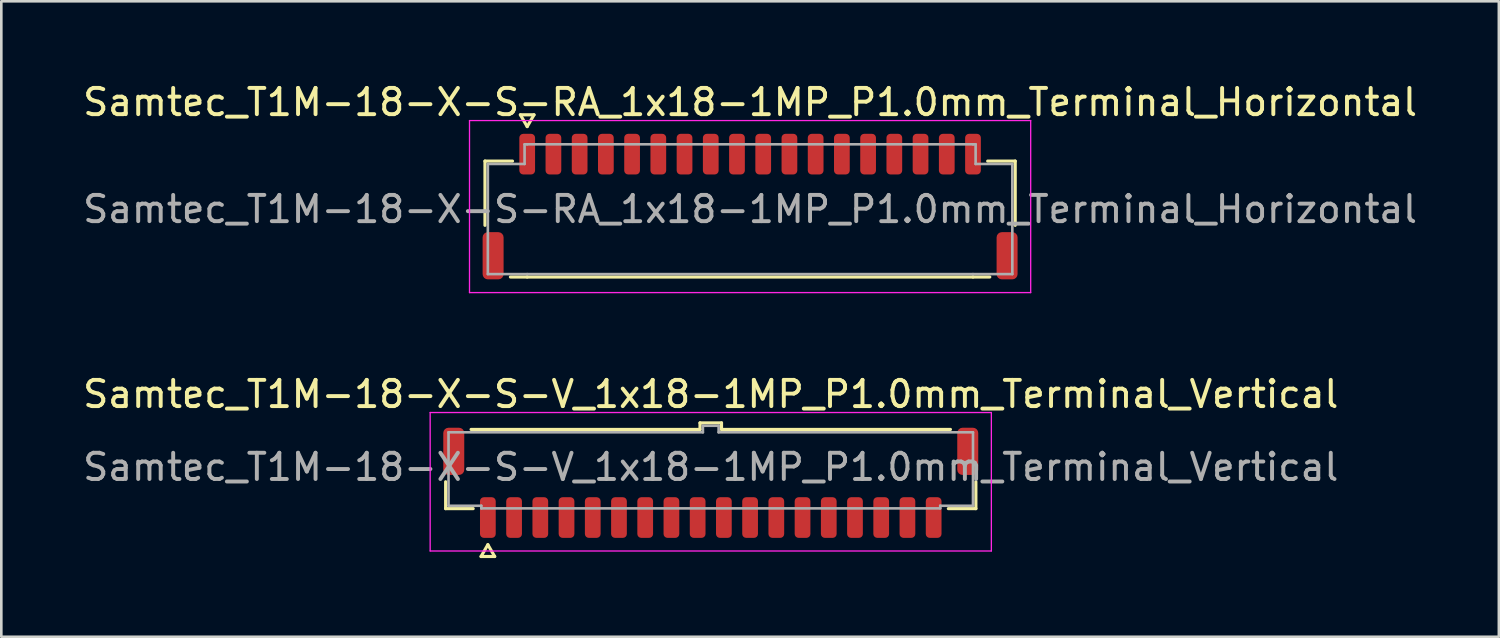
<source format=kicad_pcb>
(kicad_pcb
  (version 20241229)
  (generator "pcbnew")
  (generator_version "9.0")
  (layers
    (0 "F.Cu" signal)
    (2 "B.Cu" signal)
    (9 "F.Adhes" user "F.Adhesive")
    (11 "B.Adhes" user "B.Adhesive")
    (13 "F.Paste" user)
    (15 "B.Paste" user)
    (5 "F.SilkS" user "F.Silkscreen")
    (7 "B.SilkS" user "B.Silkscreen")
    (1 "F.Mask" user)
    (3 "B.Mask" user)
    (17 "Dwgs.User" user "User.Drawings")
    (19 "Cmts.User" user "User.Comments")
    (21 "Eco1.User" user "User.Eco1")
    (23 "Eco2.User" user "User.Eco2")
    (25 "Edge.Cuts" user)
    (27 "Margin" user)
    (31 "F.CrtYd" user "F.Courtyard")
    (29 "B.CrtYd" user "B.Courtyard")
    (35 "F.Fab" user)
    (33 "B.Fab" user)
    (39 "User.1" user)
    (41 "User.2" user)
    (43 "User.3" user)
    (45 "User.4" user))
  (footprint "Samtec_T1M-18-X-S-RA_1x18-1MP_P1.0mm_Terminal_Horizontal"
    (layer "F.Cu")
    (at 25.554 4.928)
    (property "Reference" "Samtec_T1M-18-X-S-RA_1x18-1MP_P1.0mm_Terminal_Horizontal" (at 0 -4.08 0) (layer "F.SilkS") (effects (font (size 1 1) (thickness 0.15))))
    (attr smd)
    (fp_line (start -10.11 -1.835) (end -9.06 -1.835) (stroke (width 0.12) (type solid)) (layer "F.SilkS"))
    (fp_line (start -10.11 0.615) (end -10.11 -1.835) (stroke (width 0.12) (type solid)) (layer "F.SilkS"))
    (fp_line (start -8.76 -3.6) (end -8.5 -3.15) (stroke (width 0.12) (type solid)) (layer "F.SilkS"))
    (fp_line (start -8.5 -3.15) (end -8.24 -3.6) (stroke (width 0.12) (type solid)) (layer "F.SilkS"))
    (fp_line (start -8.5 2.585) (end -9.14 2.585) (stroke (width 0.12) (type solid)) (layer "F.SilkS"))
    (fp_line (start -8.24 -3.6) (end -8.76 -3.6) (stroke (width 0.12) (type solid)) (layer "F.SilkS"))
    (fp_line (start 8.5 2.585) (end -8.5 2.585) (stroke (width 0.12) (type solid)) (layer "F.SilkS"))
    (fp_line (start 9.06 -1.835) (end 10.11 -1.835) (stroke (width 0.12) (type solid)) (layer "F.SilkS"))
    (fp_line (start 9.14 2.585) (end 8.5 2.585) (stroke (width 0.12) (type solid)) (layer "F.SilkS"))
    (fp_line (start 10.11 -1.835) (end 10.11 0.615) (stroke (width 0.12) (type solid)) (layer "F.SilkS"))
    (fp_line (start -10.7 -3.38) (end -10.7 3.18) (stroke (width 0.05) (type solid)) (layer "F.CrtYd"))
    (fp_line (start -10.7 3.18) (end 10.7 3.18) (stroke (width 0.05) (type solid)) (layer "F.CrtYd"))
    (fp_line (start 10.7 -3.38) (end -10.7 -3.38) (stroke (width 0.05) (type solid)) (layer "F.CrtYd"))
    (fp_line (start 10.7 3.18) (end 10.7 -3.38) (stroke (width 0.05) (type solid)) (layer "F.CrtYd"))
    (fp_line (start -10 -1.725) (end -8.6 -1.725) (stroke (width 0.1) (type solid)) (layer "F.Fab"))
    (fp_line (start -10 2.475) (end -10 -1.725) (stroke (width 0.1) (type solid)) (layer "F.Fab"))
    (fp_line (start -8.6 -2.475) (end -8.5 -2.475) (stroke (width 0.1) (type solid)) (layer "F.Fab"))
    (fp_line (start -8.6 -1.725) (end -8.6 -2.475) (stroke (width 0.1) (type solid)) (layer "F.Fab"))
    (fp_line (start -8.5 -2.475) (end 8.5 -2.475) (stroke (width 0.1) (type solid)) (layer "F.Fab"))
    (fp_line (start -8.5 2.475) (end -10 2.475) (stroke (width 0.1) (type solid)) (layer "F.Fab"))
    (fp_line (start 8.5 -2.475) (end 8.6 -2.475) (stroke (width 0.1) (type solid)) (layer "F.Fab"))
    (fp_line (start 8.5 2.475) (end -8.5 2.475) (stroke (width 0.1) (type solid)) (layer "F.Fab"))
    (fp_line (start 8.6 -2.475) (end 8.6 -1.725) (stroke (width 0.1) (type solid)) (layer "F.Fab"))
    (fp_line (start 8.6 -1.725) (end 10 -1.725) (stroke (width 0.1) (type solid)) (layer "F.Fab"))
    (fp_line (start 10 -1.725) (end 10 2.475) (stroke (width 0.1) (type solid)) (layer "F.Fab"))
    (fp_line (start 10 2.475) (end 8.5 2.475) (stroke (width 0.1) (type solid)) (layer "F.Fab"))
    (fp_text user "${REFERENCE}" (at 0 0 0) (layer "F.Fab") (effects (font (size 1 1) (thickness 0.15))))
    (pad "1" smd roundrect (at -8.5 -2.1) (size 0.6 1.55) (layers "F.Cu" "F.Mask" "F.Paste") (roundrect_rratio 0.25))
    (pad "2" smd roundrect (at -7.5 -2.1) (size 0.6 1.55) (layers "F.Cu" "F.Mask" "F.Paste") (roundrect_rratio 0.25))
    (pad "3" smd roundrect (at -6.5 -2.1) (size 0.6 1.55) (layers "F.Cu" "F.Mask" "F.Paste") (roundrect_rratio 0.25))
    (pad "4" smd roundrect (at -5.5 -2.1) (size 0.6 1.55) (layers "F.Cu" "F.Mask" "F.Paste") (roundrect_rratio 0.25))
    (pad "5" smd roundrect (at -4.5 -2.1) (size 0.6 1.55) (layers "F.Cu" "F.Mask" "F.Paste") (roundrect_rratio 0.25))
    (pad "6" smd roundrect (at -3.5 -2.1) (size 0.6 1.55) (layers "F.Cu" "F.Mask" "F.Paste") (roundrect_rratio 0.25))
    (pad "7" smd roundrect (at -2.5 -2.1) (size 0.6 1.55) (layers "F.Cu" "F.Mask" "F.Paste") (roundrect_rratio 0.25))
    (pad "8" smd roundrect (at -1.5 -2.1) (size 0.6 1.55) (layers "F.Cu" "F.Mask" "F.Paste") (roundrect_rratio 0.25))
    (pad "9" smd roundrect (at -0.5 -2.1) (size 0.6 1.55) (layers "F.Cu" "F.Mask" "F.Paste") (roundrect_rratio 0.25))
    (pad "10" smd roundrect (at 0.5 -2.1) (size 0.6 1.55) (layers "F.Cu" "F.Mask" "F.Paste") (roundrect_rratio 0.25))
    (pad "11" smd roundrect (at 1.5 -2.1) (size 0.6 1.55) (layers "F.Cu" "F.Mask" "F.Paste") (roundrect_rratio 0.25))
    (pad "12" smd roundrect (at 2.5 -2.1) (size 0.6 1.55) (layers "F.Cu" "F.Mask" "F.Paste") (roundrect_rratio 0.25))
    (pad "13" smd roundrect (at 3.5 -2.1) (size 0.6 1.55) (layers "F.Cu" "F.Mask" "F.Paste") (roundrect_rratio 0.25))
    (pad "14" smd roundrect (at 4.5 -2.1) (size 0.6 1.55) (layers "F.Cu" "F.Mask" "F.Paste") (roundrect_rratio 0.25))
    (pad "15" smd roundrect (at 5.5 -2.1) (size 0.6 1.55) (layers "F.Cu" "F.Mask" "F.Paste") (roundrect_rratio 0.25))
    (pad "16" smd roundrect (at 6.5 -2.1) (size 0.6 1.55) (layers "F.Cu" "F.Mask" "F.Paste") (roundrect_rratio 0.25))
    (pad "17" smd roundrect (at 7.5 -2.1) (size 0.6 1.55) (layers "F.Cu" "F.Mask" "F.Paste") (roundrect_rratio 0.25))
    (pad "18" smd roundrect (at 8.5 -2.1) (size 0.6 1.55) (layers "F.Cu" "F.Mask" "F.Paste") (roundrect_rratio 0.25))
    (pad "MP" smd roundrect (at -9.8 1.775) (size 0.8 1.8) (layers "F.Cu" "F.Mask" "F.Paste") (roundrect_rratio 0.25))
    (pad "MP" smd roundrect (at 9.8 1.775) (size 0.8 1.8) (layers "F.Cu" "F.Mask" "F.Paste") (roundrect_rratio 0.25)))
  (footprint "Samtec_T1M-18-X-S-V_1x18-1MP_P1.0mm_Terminal_Vertical"
    (layer "F.Cu")
    (at 24.054 14.761)
    (property "Reference" "Samtec_T1M-18-X-S-V_1x18-1MP_P1.0mm_Terminal_Vertical" (at 0 -2.78 0) (layer "F.SilkS") (effects (font (size 1 1) (thickness 0.15))))
    (attr smd)
    (fp_line (start -10.11 1.585) (end -10.11 0.56) (stroke (width 0.12) (type solid)) (layer "F.SilkS"))
    (fp_line (start -9.14 -1.435) (end -0.41 -1.435) (stroke (width 0.12) (type solid)) (layer "F.SilkS"))
    (fp_line (start -9.06 1.585) (end -10.11 1.585) (stroke (width 0.12) (type solid)) (layer "F.SilkS"))
    (fp_line (start -8.76 3.41) (end -8.5 2.96) (stroke (width 0.12) (type solid)) (layer "F.SilkS"))
    (fp_line (start -8.5 2.96) (end -8.24 3.41) (stroke (width 0.12) (type solid)) (layer "F.SilkS"))
    (fp_line (start -8.24 3.41) (end -8.76 3.41) (stroke (width 0.12) (type solid)) (layer "F.SilkS"))
    (fp_line (start -0.41 -1.685) (end 0.41 -1.685) (stroke (width 0.12) (type solid)) (layer "F.SilkS"))
    (fp_line (start -0.41 -1.435) (end -0.41 -1.685) (stroke (width 0.12) (type solid)) (layer "F.SilkS"))
    (fp_line (start 0.41 -1.685) (end 0.41 -1.435) (stroke (width 0.12) (type solid)) (layer "F.SilkS"))
    (fp_line (start 0.41 -1.435) (end 9.14 -1.435) (stroke (width 0.12) (type solid)) (layer "F.SilkS"))
    (fp_line (start 10.11 0.56) (end 10.11 1.585) (stroke (width 0.12) (type solid)) (layer "F.SilkS"))
    (fp_line (start 10.11 1.585) (end 9.06 1.585) (stroke (width 0.12) (type solid)) (layer "F.SilkS"))
    (fp_line (start -10.7 -2.08) (end -10.7 3.2) (stroke (width 0.05) (type solid)) (layer "F.CrtYd"))
    (fp_line (start -10.7 3.2) (end 10.7 3.2) (stroke (width 0.05) (type solid)) (layer "F.CrtYd"))
    (fp_line (start 10.7 -2.08) (end -10.7 -2.08) (stroke (width 0.05) (type solid)) (layer "F.CrtYd"))
    (fp_line (start 10.7 3.2) (end 10.7 -2.08) (stroke (width 0.05) (type solid)) (layer "F.CrtYd"))
    (fp_line (start -10 -1.325) (end -0.3 -1.325) (stroke (width 0.1) (type solid)) (layer "F.Fab"))
    (fp_line (start -10 1.475) (end -10 -1.325) (stroke (width 0.1) (type solid)) (layer "F.Fab"))
    (fp_line (start -8.75 1.475) (end -10 1.475) (stroke (width 0.1) (type solid)) (layer "F.Fab"))
    (fp_line (start -8.75 1.575) (end -8.75 1.475) (stroke (width 0.1) (type solid)) (layer "F.Fab"))
    (fp_line (start -0.3 -1.575) (end 0.3 -1.575) (stroke (width 0.1) (type solid)) (layer "F.Fab"))
    (fp_line (start -0.3 -1.325) (end -0.3 -1.575) (stroke (width 0.1) (type solid)) (layer "F.Fab"))
    (fp_line (start 0.3 -1.575) (end 0.3 -1.325) (stroke (width 0.1) (type solid)) (layer "F.Fab"))
    (fp_line (start 0.3 -1.325) (end 10 -1.325) (stroke (width 0.1) (type solid)) (layer "F.Fab"))
    (fp_line (start 8.75 1.475) (end 8.75 1.575) (stroke (width 0.1) (type solid)) (layer "F.Fab"))
    (fp_line (start 8.75 1.575) (end -8.75 1.575) (stroke (width 0.1) (type solid)) (layer "F.Fab"))
    (fp_line (start 10 -1.325) (end 10 1.475) (stroke (width 0.1) (type solid)) (layer "F.Fab"))
    (fp_line (start 10 1.475) (end 8.75 1.475) (stroke (width 0.1) (type solid)) (layer "F.Fab"))
    (fp_text user "${REFERENCE}" (at 0 0 0) (layer "F.Fab") (effects (font (size 1 1) (thickness 0.15))))
    (pad "1" smd roundrect (at -8.5 1.925) (size 0.6 1.55) (layers "F.Cu" "F.Mask" "F.Paste") (roundrect_rratio 0.25))
    (pad "2" smd roundrect (at -7.5 1.925) (size 0.6 1.55) (layers "F.Cu" "F.Mask" "F.Paste") (roundrect_rratio 0.25))
    (pad "3" smd roundrect (at -6.5 1.925) (size 0.6 1.55) (layers "F.Cu" "F.Mask" "F.Paste") (roundrect_rratio 0.25))
    (pad "4" smd roundrect (at -5.5 1.925) (size 0.6 1.55) (layers "F.Cu" "F.Mask" "F.Paste") (roundrect_rratio 0.25))
    (pad "5" smd roundrect (at -4.5 1.925) (size 0.6 1.55) (layers "F.Cu" "F.Mask" "F.Paste") (roundrect_rratio 0.25))
    (pad "6" smd roundrect (at -3.5 1.925) (size 0.6 1.55) (layers "F.Cu" "F.Mask" "F.Paste") (roundrect_rratio 0.25))
    (pad "7" smd roundrect (at -2.5 1.925) (size 0.6 1.55) (layers "F.Cu" "F.Mask" "F.Paste") (roundrect_rratio 0.25))
    (pad "8" smd roundrect (at -1.5 1.925) (size 0.6 1.55) (layers "F.Cu" "F.Mask" "F.Paste") (roundrect_rratio 0.25))
    (pad "9" smd roundrect (at -0.5 1.925) (size 0.6 1.55) (layers "F.Cu" "F.Mask" "F.Paste") (roundrect_rratio 0.25))
    (pad "10" smd roundrect (at 0.5 1.925) (size 0.6 1.55) (layers "F.Cu" "F.Mask" "F.Paste") (roundrect_rratio 0.25))
    (pad "11" smd roundrect (at 1.5 1.925) (size 0.6 1.55) (layers "F.Cu" "F.Mask" "F.Paste") (roundrect_rratio 0.25))
    (pad "12" smd roundrect (at 2.5 1.925) (size 0.6 1.55) (layers "F.Cu" "F.Mask" "F.Paste") (roundrect_rratio 0.25))
    (pad "13" smd roundrect (at 3.5 1.925) (size 0.6 1.55) (layers "F.Cu" "F.Mask" "F.Paste") (roundrect_rratio 0.25))
    (pad "14" smd roundrect (at 4.5 1.925) (size 0.6 1.55) (layers "F.Cu" "F.Mask" "F.Paste") (roundrect_rratio 0.25))
    (pad "15" smd roundrect (at 5.5 1.925) (size 0.6 1.55) (layers "F.Cu" "F.Mask" "F.Paste") (roundrect_rratio 0.25))
    (pad "16" smd roundrect (at 6.5 1.925) (size 0.6 1.55) (layers "F.Cu" "F.Mask" "F.Paste") (roundrect_rratio 0.25))
    (pad "17" smd roundrect (at 7.5 1.925) (size 0.6 1.55) (layers "F.Cu" "F.Mask" "F.Paste") (roundrect_rratio 0.25))
    (pad "18" smd roundrect (at 8.5 1.925) (size 0.6 1.55) (layers "F.Cu" "F.Mask" "F.Paste") (roundrect_rratio 0.25))
    (pad "MP" smd roundrect (at -9.8 -0.6) (size 0.8 1.8) (layers "F.Cu" "F.Mask" "F.Paste") (roundrect_rratio 0.25))
    (pad "MP" smd roundrect (at 9.8 -0.6) (size 0.8 1.8) (layers "F.Cu" "F.Mask" "F.Paste") (roundrect_rratio 0.25)))
  (gr_rect
    (start -3 -3)
    (end 54.107 21.232)
    (stroke (width 0.1) (type default))
    (fill no)
    (layer "Edge.Cuts")))
</source>
